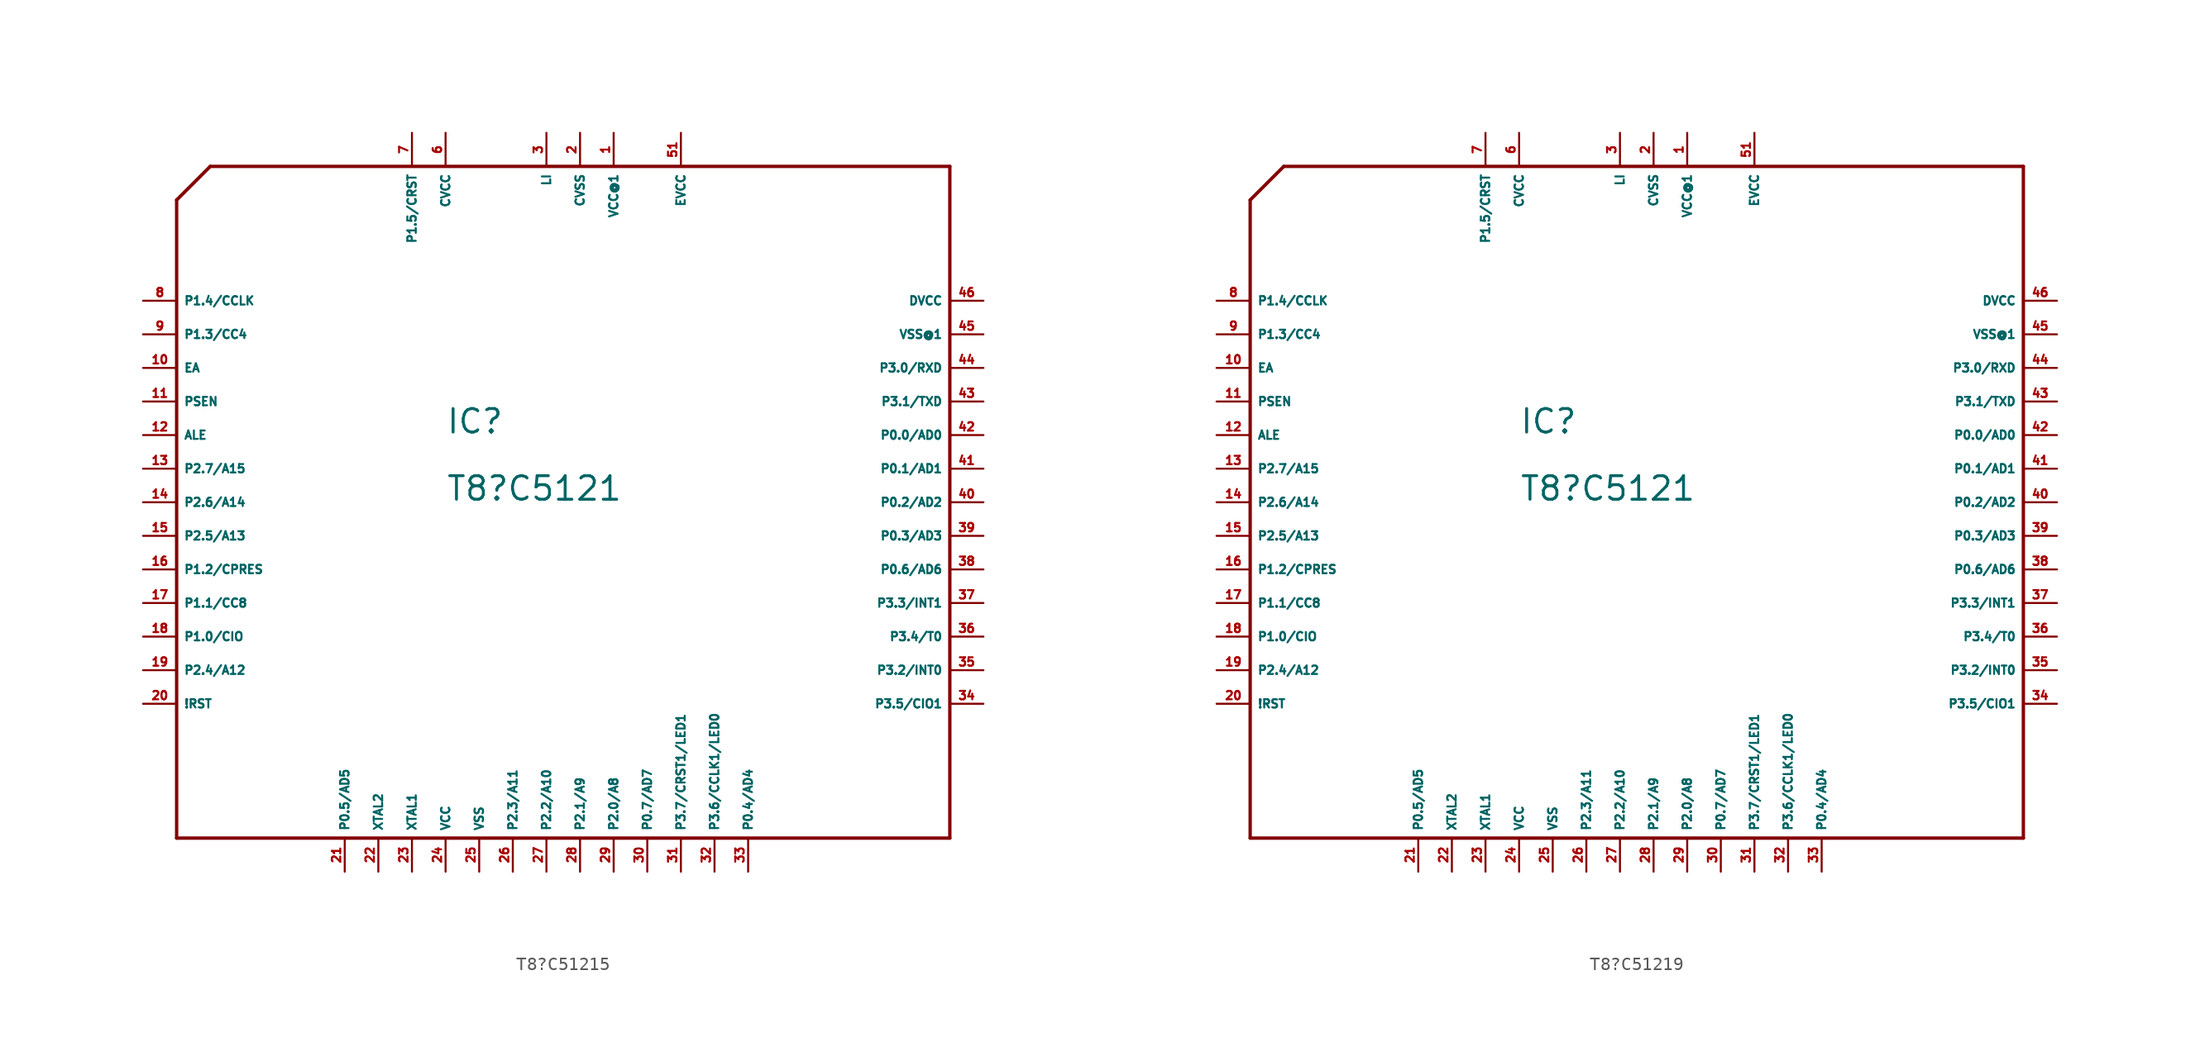
<source format=kicad_sym>
(kicad_symbol_lib
  (version 20220914)
  (generator Eagle2Kicad)
  (symbol "T8?C51215"
    (property "Reference" "IC"
      (at -7.62 5.08 0)
      (effects (font (size 1.778 1.778) (thickness 0.22)) (justify left bottom)))
    (property "Value" "T8?C5121"
      (at -7.62 0 0)
      (effects (font (size 1.778 1.778) (thickness 0.22)) (justify left bottom)))
    (polyline
      (pts (xy -27.94 -25.4) (xy 30.48 -25.4))
      (stroke (width 0.254) (type default))
      (fill (type none)))
    (polyline
      (pts (xy 30.48 -25.4) (xy 30.48 25.4))
      (stroke (width 0.254) (type default))
      (fill (type none)))
    (polyline
      (pts (xy 30.48 25.4) (xy -25.4 25.4))
      (stroke (width 0.254) (type default))
      (fill (type none)))
    (polyline
      (pts (xy -25.4 25.4) (xy -27.94 22.86))
      (stroke (width 0.254) (type default))
      (fill (type none)))
    (polyline
      (pts (xy -27.94 22.86) (xy -27.94 -25.4))
      (stroke (width 0.254) (type default))
      (fill (type none)))
    (pin unspecified line
      (at 2.54 27.94 270)
      (length 2.54)
      (name "CVSS" (effects (font (size 0.635 0.635) (thickness 0.08)) (justify left bottom)))
      (number "2" (effects (font (size 0.635 0.635) (thickness 0.08)) (justify left bottom))))
    (pin unspecified line
      (at 0 27.94 270)
      (length 2.54)
      (name "LI" (effects (font (size 0.635 0.635) (thickness 0.08)) (justify left bottom)))
      (number "3" (effects (font (size 0.635 0.635) (thickness 0.08)) (justify left bottom))))
    (pin unspecified line
      (at -7.62 27.94 270)
      (length 2.54)
      (name "CVCC" (effects (font (size 0.635 0.635) (thickness 0.08)) (justify left bottom)))
      (number "6" (effects (font (size 0.635 0.635) (thickness 0.08)) (justify left bottom))))
    (pin bidirectional line
      (at -10.16 27.94 270)
      (length 2.54)
      (name "P1.5/CRST" (effects (font (size 0.635 0.635) (thickness 0.08)) (justify left bottom)))
      (number "7" (effects (font (size 0.635 0.635) (thickness 0.08)) (justify left bottom))))
    (pin bidirectional line
      (at -30.48 15.24 0)
      (length 2.54)
      (name "P1.4/CCLK" (effects (font (size 0.635 0.635) (thickness 0.08)) (justify left bottom)))
      (number "8" (effects (font (size 0.635 0.635) (thickness 0.08)) (justify left bottom))))
    (pin bidirectional line
      (at -30.48 12.7 0)
      (length 2.54)
      (name "P1.3/CC4" (effects (font (size 0.635 0.635) (thickness 0.08)) (justify left bottom)))
      (number "9" (effects (font (size 0.635 0.635) (thickness 0.08)) (justify left bottom))))
    (pin bidirectional line
      (at -30.48 -5.08 0)
      (length 2.54)
      (name "P1.2/CPRES" (effects (font (size 0.635 0.635) (thickness 0.08)) (justify left bottom)))
      (number "16" (effects (font (size 0.635 0.635) (thickness 0.08)) (justify left bottom))))
    (pin bidirectional line
      (at -30.48 -7.62 0)
      (length 2.54)
      (name "P1.1/CC8" (effects (font (size 0.635 0.635) (thickness 0.08)) (justify left bottom)))
      (number "17" (effects (font (size 0.635 0.635) (thickness 0.08)) (justify left bottom))))
    (pin bidirectional line
      (at -30.48 -10.16 0)
      (length 2.54)
      (name "P1.0/CIO" (effects (font (size 0.635 0.635) (thickness 0.08)) (justify left bottom)))
      (number "18" (effects (font (size 0.635 0.635) (thickness 0.08)) (justify left bottom))))
    (pin bidirectional line
      (at -30.48 -15.24 0)
      (length 2.54)
      (name "!RST" (effects (font (size 0.635 0.635) (thickness 0.08)) (justify left bottom)))
      (number "20" (effects (font (size 0.635 0.635) (thickness 0.08)) (justify left bottom))))
    (pin input line
      (at -12.7 -27.94 90)
      (length 2.54)
      (name "XTAL2" (effects (font (size 0.635 0.635) (thickness 0.08)) (justify left bottom)))
      (number "22" (effects (font (size 0.635 0.635) (thickness 0.08)) (justify left bottom))))
    (pin output line
      (at -10.16 -27.94 90)
      (length 2.54)
      (name "XTAL1" (effects (font (size 0.635 0.635) (thickness 0.08)) (justify left bottom)))
      (number "23" (effects (font (size 0.635 0.635) (thickness 0.08)) (justify left bottom))))
    (pin bidirectional line
      (at 10.16 -27.94 90)
      (length 2.54)
      (name "P3.7/CRST1/LED1" (effects (font (size 0.635 0.635) (thickness 0.08)) (justify left bottom)))
      (number "31" (effects (font (size 0.635 0.635) (thickness 0.08)) (justify left bottom))))
    (pin bidirectional line
      (at 12.7 -27.94 90)
      (length 2.54)
      (name "P3.6/CCLK1/LED0" (effects (font (size 0.635 0.635) (thickness 0.08)) (justify left bottom)))
      (number "32" (effects (font (size 0.635 0.635) (thickness 0.08)) (justify left bottom))))
    (pin bidirectional line
      (at 33.02 -15.24 180)
      (length 2.54)
      (name "P3.5/CIO1" (effects (font (size 0.635 0.635) (thickness 0.08)) (justify left bottom)))
      (number "34" (effects (font (size 0.635 0.635) (thickness 0.08)) (justify left bottom))))
    (pin bidirectional line
      (at 33.02 -12.7 180)
      (length 2.54)
      (name "P3.2/INT0" (effects (font (size 0.635 0.635) (thickness 0.08)) (justify left bottom)))
      (number "35" (effects (font (size 0.635 0.635) (thickness 0.08)) (justify left bottom))))
    (pin bidirectional line
      (at 33.02 -10.16 180)
      (length 2.54)
      (name "P3.4/T0" (effects (font (size 0.635 0.635) (thickness 0.08)) (justify left bottom)))
      (number "36" (effects (font (size 0.635 0.635) (thickness 0.08)) (justify left bottom))))
    (pin bidirectional line
      (at 33.02 -7.62 180)
      (length 2.54)
      (name "P3.3/INT1" (effects (font (size 0.635 0.635) (thickness 0.08)) (justify left bottom)))
      (number "37" (effects (font (size 0.635 0.635) (thickness 0.08)) (justify left bottom))))
    (pin bidirectional line
      (at 33.02 7.62 180)
      (length 2.54)
      (name "P3.1/TXD" (effects (font (size 0.635 0.635) (thickness 0.08)) (justify left bottom)))
      (number "43" (effects (font (size 0.635 0.635) (thickness 0.08)) (justify left bottom))))
    (pin bidirectional line
      (at 33.02 10.16 180)
      (length 2.54)
      (name "P3.0/RXD" (effects (font (size 0.635 0.635) (thickness 0.08)) (justify left bottom)))
      (number "44" (effects (font (size 0.635 0.635) (thickness 0.08)) (justify left bottom))))
    (pin unspecified line
      (at -5.08 -27.94 90)
      (length 2.54)
      (name "VSS" (effects (font (size 0.635 0.635) (thickness 0.08)) (justify left bottom)))
      (number "25" (effects (font (size 0.635 0.635) (thickness 0.08)) (justify left bottom))))
    (pin unspecified line
      (at 33.02 15.24 180)
      (length 2.54)
      (name "DVCC" (effects (font (size 0.635 0.635) (thickness 0.08)) (justify left bottom)))
      (number "46" (effects (font (size 0.635 0.635) (thickness 0.08)) (justify left bottom))))
    (pin passive line
      (at 10.16 27.94 270)
      (length 2.54)
      (name "EVCC" (effects (font (size 0.635 0.635) (thickness 0.08)) (justify left bottom)))
      (number "51" (effects (font (size 0.635 0.635) (thickness 0.08)) (justify left bottom))))
    (pin unspecified line
      (at -7.62 -27.94 90)
      (length 2.54)
      (name "VCC" (effects (font (size 0.635 0.635) (thickness 0.08)) (justify left bottom)))
      (number "24" (effects (font (size 0.635 0.635) (thickness 0.08)) (justify left bottom))))
    (pin bidirectional line
      (at -30.48 10.16 0)
      (length 2.54)
      (name "EA" (effects (font (size 0.635 0.635) (thickness 0.08)) (justify left bottom)))
      (number "10" (effects (font (size 0.635 0.635) (thickness 0.08)) (justify left bottom))))
    (pin bidirectional line
      (at -30.48 7.62 0)
      (length 2.54)
      (name "PSEN" (effects (font (size 0.635 0.635) (thickness 0.08)) (justify left bottom)))
      (number "11" (effects (font (size 0.635 0.635) (thickness 0.08)) (justify left bottom))))
    (pin bidirectional line
      (at -30.48 5.08 0)
      (length 2.54)
      (name "ALE" (effects (font (size 0.635 0.635) (thickness 0.08)) (justify left bottom)))
      (number "12" (effects (font (size 0.635 0.635) (thickness 0.08)) (justify left bottom))))
    (pin bidirectional line
      (at -30.48 2.54 0)
      (length 2.54)
      (name "P2.7/A15" (effects (font (size 0.635 0.635) (thickness 0.08)) (justify left bottom)))
      (number "13" (effects (font (size 0.635 0.635) (thickness 0.08)) (justify left bottom))))
    (pin bidirectional line
      (at -30.48 0 0)
      (length 2.54)
      (name "P2.6/A14" (effects (font (size 0.635 0.635) (thickness 0.08)) (justify left bottom)))
      (number "14" (effects (font (size 0.635 0.635) (thickness 0.08)) (justify left bottom))))
    (pin bidirectional line
      (at -30.48 -2.54 0)
      (length 2.54)
      (name "P2.5/A13" (effects (font (size 0.635 0.635) (thickness 0.08)) (justify left bottom)))
      (number "15" (effects (font (size 0.635 0.635) (thickness 0.08)) (justify left bottom))))
    (pin bidirectional line
      (at -30.48 -12.7 0)
      (length 2.54)
      (name "P2.4/A12" (effects (font (size 0.635 0.635) (thickness 0.08)) (justify left bottom)))
      (number "19" (effects (font (size 0.635 0.635) (thickness 0.08)) (justify left bottom))))
    (pin bidirectional line
      (at -15.24 -27.94 90)
      (length 2.54)
      (name "P0.5/AD5" (effects (font (size 0.635 0.635) (thickness 0.08)) (justify left bottom)))
      (number "21" (effects (font (size 0.635 0.635) (thickness 0.08)) (justify left bottom))))
    (pin bidirectional line
      (at -2.54 -27.94 90)
      (length 2.54)
      (name "P2.3/A11" (effects (font (size 0.635 0.635) (thickness 0.08)) (justify left bottom)))
      (number "26" (effects (font (size 0.635 0.635) (thickness 0.08)) (justify left bottom))))
    (pin bidirectional line
      (at 0 -27.94 90)
      (length 2.54)
      (name "P2.2/A10" (effects (font (size 0.635 0.635) (thickness 0.08)) (justify left bottom)))
      (number "27" (effects (font (size 0.635 0.635) (thickness 0.08)) (justify left bottom))))
    (pin bidirectional line
      (at 2.54 -27.94 90)
      (length 2.54)
      (name "P2.1/A9" (effects (font (size 0.635 0.635) (thickness 0.08)) (justify left bottom)))
      (number "28" (effects (font (size 0.635 0.635) (thickness 0.08)) (justify left bottom))))
    (pin bidirectional line
      (at 5.08 -27.94 90)
      (length 2.54)
      (name "P2.0/A8" (effects (font (size 0.635 0.635) (thickness 0.08)) (justify left bottom)))
      (number "29" (effects (font (size 0.635 0.635) (thickness 0.08)) (justify left bottom))))
    (pin bidirectional line
      (at 7.62 -27.94 90)
      (length 2.54)
      (name "P0.7/AD7" (effects (font (size 0.635 0.635) (thickness 0.08)) (justify left bottom)))
      (number "30" (effects (font (size 0.635 0.635) (thickness 0.08)) (justify left bottom))))
    (pin bidirectional line
      (at 15.24 -27.94 90)
      (length 2.54)
      (name "P0.4/AD4" (effects (font (size 0.635 0.635) (thickness 0.08)) (justify left bottom)))
      (number "33" (effects (font (size 0.635 0.635) (thickness 0.08)) (justify left bottom))))
    (pin bidirectional line
      (at 33.02 -5.08 180)
      (length 2.54)
      (name "P0.6/AD6" (effects (font (size 0.635 0.635) (thickness 0.08)) (justify left bottom)))
      (number "38" (effects (font (size 0.635 0.635) (thickness 0.08)) (justify left bottom))))
    (pin bidirectional line
      (at 33.02 2.54 180)
      (length 2.54)
      (name "P0.1/AD1" (effects (font (size 0.635 0.635) (thickness 0.08)) (justify left bottom)))
      (number "41" (effects (font (size 0.635 0.635) (thickness 0.08)) (justify left bottom))))
    (pin bidirectional line
      (at 33.02 0 180)
      (length 2.54)
      (name "P0.2/AD2" (effects (font (size 0.635 0.635) (thickness 0.08)) (justify left bottom)))
      (number "40" (effects (font (size 0.635 0.635) (thickness 0.08)) (justify left bottom))))
    (pin bidirectional line
      (at 33.02 -2.54 180)
      (length 2.54)
      (name "P0.3/AD3" (effects (font (size 0.635 0.635) (thickness 0.08)) (justify left bottom)))
      (number "39" (effects (font (size 0.635 0.635) (thickness 0.08)) (justify left bottom))))
    (pin bidirectional line
      (at 33.02 5.08 180)
      (length 2.54)
      (name "P0.0/AD0" (effects (font (size 0.635 0.635) (thickness 0.08)) (justify left bottom)))
      (number "42" (effects (font (size 0.635 0.635) (thickness 0.08)) (justify left bottom))))
    (pin unspecified line
      (at 33.02 12.7 180)
      (length 2.54)
      (name "VSS@1" (effects (font (size 0.635 0.635) (thickness 0.08)) (justify left bottom)))
      (number "45" (effects (font (size 0.635 0.635) (thickness 0.08)) (justify left bottom))))
    (pin unspecified line
      (at 5.08 27.94 270)
      (length 2.54)
      (name "VCC@1" (effects (font (size 0.635 0.635) (thickness 0.08)) (justify left bottom)))
      (number "1" (effects (font (size 0.635 0.635) (thickness 0.08)) (justify left bottom)))))
  (symbol "T8?C51219"
    (property "Reference" "IC"
      (at -7.62 5.08 0)
      (effects (font (size 1.778 1.778) (thickness 0.22)) (justify left bottom)))
    (property "Value" "T8?C5121"
      (at -7.62 0 0)
      (effects (font (size 1.778 1.778) (thickness 0.22)) (justify left bottom)))
    (polyline
      (pts (xy -27.94 -25.4) (xy 30.48 -25.4))
      (stroke (width 0.254) (type default))
      (fill (type none)))
    (polyline
      (pts (xy 30.48 -25.4) (xy 30.48 25.4))
      (stroke (width 0.254) (type default))
      (fill (type none)))
    (polyline
      (pts (xy 30.48 25.4) (xy -25.4 25.4))
      (stroke (width 0.254) (type default))
      (fill (type none)))
    (polyline
      (pts (xy -25.4 25.4) (xy -27.94 22.86))
      (stroke (width 0.254) (type default))
      (fill (type none)))
    (polyline
      (pts (xy -27.94 22.86) (xy -27.94 -25.4))
      (stroke (width 0.254) (type default))
      (fill (type none)))
    (pin unspecified line
      (at 2.54 27.94 270)
      (length 2.54)
      (name "CVSS" (effects (font (size 0.635 0.635) (thickness 0.08)) (justify left bottom)))
      (number "2" (effects (font (size 0.635 0.635) (thickness 0.08)) (justify left bottom))))
    (pin unspecified line
      (at 0 27.94 270)
      (length 2.54)
      (name "LI" (effects (font (size 0.635 0.635) (thickness 0.08)) (justify left bottom)))
      (number "3" (effects (font (size 0.635 0.635) (thickness 0.08)) (justify left bottom))))
    (pin unspecified line
      (at -7.62 27.94 270)
      (length 2.54)
      (name "CVCC" (effects (font (size 0.635 0.635) (thickness 0.08)) (justify left bottom)))
      (number "6" (effects (font (size 0.635 0.635) (thickness 0.08)) (justify left bottom))))
    (pin bidirectional line
      (at -10.16 27.94 270)
      (length 2.54)
      (name "P1.5/CRST" (effects (font (size 0.635 0.635) (thickness 0.08)) (justify left bottom)))
      (number "7" (effects (font (size 0.635 0.635) (thickness 0.08)) (justify left bottom))))
    (pin bidirectional line
      (at -30.48 15.24 0)
      (length 2.54)
      (name "P1.4/CCLK" (effects (font (size 0.635 0.635) (thickness 0.08)) (justify left bottom)))
      (number "8" (effects (font (size 0.635 0.635) (thickness 0.08)) (justify left bottom))))
    (pin bidirectional line
      (at -30.48 12.7 0)
      (length 2.54)
      (name "P1.3/CC4" (effects (font (size 0.635 0.635) (thickness 0.08)) (justify left bottom)))
      (number "9" (effects (font (size 0.635 0.635) (thickness 0.08)) (justify left bottom))))
    (pin bidirectional line
      (at -30.48 -5.08 0)
      (length 2.54)
      (name "P1.2/CPRES" (effects (font (size 0.635 0.635) (thickness 0.08)) (justify left bottom)))
      (number "16" (effects (font (size 0.635 0.635) (thickness 0.08)) (justify left bottom))))
    (pin bidirectional line
      (at -30.48 -7.62 0)
      (length 2.54)
      (name "P1.1/CC8" (effects (font (size 0.635 0.635) (thickness 0.08)) (justify left bottom)))
      (number "17" (effects (font (size 0.635 0.635) (thickness 0.08)) (justify left bottom))))
    (pin bidirectional line
      (at -30.48 -10.16 0)
      (length 2.54)
      (name "P1.0/CIO" (effects (font (size 0.635 0.635) (thickness 0.08)) (justify left bottom)))
      (number "18" (effects (font (size 0.635 0.635) (thickness 0.08)) (justify left bottom))))
    (pin bidirectional line
      (at -30.48 -15.24 0)
      (length 2.54)
      (name "!RST" (effects (font (size 0.635 0.635) (thickness 0.08)) (justify left bottom)))
      (number "20" (effects (font (size 0.635 0.635) (thickness 0.08)) (justify left bottom))))
    (pin input line
      (at -12.7 -27.94 90)
      (length 2.54)
      (name "XTAL2" (effects (font (size 0.635 0.635) (thickness 0.08)) (justify left bottom)))
      (number "22" (effects (font (size 0.635 0.635) (thickness 0.08)) (justify left bottom))))
    (pin output line
      (at -10.16 -27.94 90)
      (length 2.54)
      (name "XTAL1" (effects (font (size 0.635 0.635) (thickness 0.08)) (justify left bottom)))
      (number "23" (effects (font (size 0.635 0.635) (thickness 0.08)) (justify left bottom))))
    (pin bidirectional line
      (at 10.16 -27.94 90)
      (length 2.54)
      (name "P3.7/CRST1/LED1" (effects (font (size 0.635 0.635) (thickness 0.08)) (justify left bottom)))
      (number "31" (effects (font (size 0.635 0.635) (thickness 0.08)) (justify left bottom))))
    (pin bidirectional line
      (at 12.7 -27.94 90)
      (length 2.54)
      (name "P3.6/CCLK1/LED0" (effects (font (size 0.635 0.635) (thickness 0.08)) (justify left bottom)))
      (number "32" (effects (font (size 0.635 0.635) (thickness 0.08)) (justify left bottom))))
    (pin bidirectional line
      (at 33.02 -15.24 180)
      (length 2.54)
      (name "P3.5/CIO1" (effects (font (size 0.635 0.635) (thickness 0.08)) (justify left bottom)))
      (number "34" (effects (font (size 0.635 0.635) (thickness 0.08)) (justify left bottom))))
    (pin bidirectional line
      (at 33.02 -12.7 180)
      (length 2.54)
      (name "P3.2/INT0" (effects (font (size 0.635 0.635) (thickness 0.08)) (justify left bottom)))
      (number "35" (effects (font (size 0.635 0.635) (thickness 0.08)) (justify left bottom))))
    (pin bidirectional line
      (at 33.02 -10.16 180)
      (length 2.54)
      (name "P3.4/T0" (effects (font (size 0.635 0.635) (thickness 0.08)) (justify left bottom)))
      (number "36" (effects (font (size 0.635 0.635) (thickness 0.08)) (justify left bottom))))
    (pin bidirectional line
      (at 33.02 -7.62 180)
      (length 2.54)
      (name "P3.3/INT1" (effects (font (size 0.635 0.635) (thickness 0.08)) (justify left bottom)))
      (number "37" (effects (font (size 0.635 0.635) (thickness 0.08)) (justify left bottom))))
    (pin bidirectional line
      (at 33.02 7.62 180)
      (length 2.54)
      (name "P3.1/TXD" (effects (font (size 0.635 0.635) (thickness 0.08)) (justify left bottom)))
      (number "43" (effects (font (size 0.635 0.635) (thickness 0.08)) (justify left bottom))))
    (pin bidirectional line
      (at 33.02 10.16 180)
      (length 2.54)
      (name "P3.0/RXD" (effects (font (size 0.635 0.635) (thickness 0.08)) (justify left bottom)))
      (number "44" (effects (font (size 0.635 0.635) (thickness 0.08)) (justify left bottom))))
    (pin unspecified line
      (at -5.08 -27.94 90)
      (length 2.54)
      (name "VSS" (effects (font (size 0.635 0.635) (thickness 0.08)) (justify left bottom)))
      (number "25" (effects (font (size 0.635 0.635) (thickness 0.08)) (justify left bottom))))
    (pin unspecified line
      (at 33.02 15.24 180)
      (length 2.54)
      (name "DVCC" (effects (font (size 0.635 0.635) (thickness 0.08)) (justify left bottom)))
      (number "46" (effects (font (size 0.635 0.635) (thickness 0.08)) (justify left bottom))))
    (pin passive line
      (at 10.16 27.94 270)
      (length 2.54)
      (name "EVCC" (effects (font (size 0.635 0.635) (thickness 0.08)) (justify left bottom)))
      (number "51" (effects (font (size 0.635 0.635) (thickness 0.08)) (justify left bottom))))
    (pin unspecified line
      (at -7.62 -27.94 90)
      (length 2.54)
      (name "VCC" (effects (font (size 0.635 0.635) (thickness 0.08)) (justify left bottom)))
      (number "24" (effects (font (size 0.635 0.635) (thickness 0.08)) (justify left bottom))))
    (pin bidirectional line
      (at -30.48 10.16 0)
      (length 2.54)
      (name "EA" (effects (font (size 0.635 0.635) (thickness 0.08)) (justify left bottom)))
      (number "10" (effects (font (size 0.635 0.635) (thickness 0.08)) (justify left bottom))))
    (pin bidirectional line
      (at -30.48 7.62 0)
      (length 2.54)
      (name "PSEN" (effects (font (size 0.635 0.635) (thickness 0.08)) (justify left bottom)))
      (number "11" (effects (font (size 0.635 0.635) (thickness 0.08)) (justify left bottom))))
    (pin bidirectional line
      (at -30.48 5.08 0)
      (length 2.54)
      (name "ALE" (effects (font (size 0.635 0.635) (thickness 0.08)) (justify left bottom)))
      (number "12" (effects (font (size 0.635 0.635) (thickness 0.08)) (justify left bottom))))
    (pin bidirectional line
      (at -30.48 2.54 0)
      (length 2.54)
      (name "P2.7/A15" (effects (font (size 0.635 0.635) (thickness 0.08)) (justify left bottom)))
      (number "13" (effects (font (size 0.635 0.635) (thickness 0.08)) (justify left bottom))))
    (pin bidirectional line
      (at -30.48 0 0)
      (length 2.54)
      (name "P2.6/A14" (effects (font (size 0.635 0.635) (thickness 0.08)) (justify left bottom)))
      (number "14" (effects (font (size 0.635 0.635) (thickness 0.08)) (justify left bottom))))
    (pin bidirectional line
      (at -30.48 -2.54 0)
      (length 2.54)
      (name "P2.5/A13" (effects (font (size 0.635 0.635) (thickness 0.08)) (justify left bottom)))
      (number "15" (effects (font (size 0.635 0.635) (thickness 0.08)) (justify left bottom))))
    (pin bidirectional line
      (at -30.48 -12.7 0)
      (length 2.54)
      (name "P2.4/A12" (effects (font (size 0.635 0.635) (thickness 0.08)) (justify left bottom)))
      (number "19" (effects (font (size 0.635 0.635) (thickness 0.08)) (justify left bottom))))
    (pin bidirectional line
      (at -15.24 -27.94 90)
      (length 2.54)
      (name "P0.5/AD5" (effects (font (size 0.635 0.635) (thickness 0.08)) (justify left bottom)))
      (number "21" (effects (font (size 0.635 0.635) (thickness 0.08)) (justify left bottom))))
    (pin bidirectional line
      (at -2.54 -27.94 90)
      (length 2.54)
      (name "P2.3/A11" (effects (font (size 0.635 0.635) (thickness 0.08)) (justify left bottom)))
      (number "26" (effects (font (size 0.635 0.635) (thickness 0.08)) (justify left bottom))))
    (pin bidirectional line
      (at 0 -27.94 90)
      (length 2.54)
      (name "P2.2/A10" (effects (font (size 0.635 0.635) (thickness 0.08)) (justify left bottom)))
      (number "27" (effects (font (size 0.635 0.635) (thickness 0.08)) (justify left bottom))))
    (pin bidirectional line
      (at 2.54 -27.94 90)
      (length 2.54)
      (name "P2.1/A9" (effects (font (size 0.635 0.635) (thickness 0.08)) (justify left bottom)))
      (number "28" (effects (font (size 0.635 0.635) (thickness 0.08)) (justify left bottom))))
    (pin bidirectional line
      (at 5.08 -27.94 90)
      (length 2.54)
      (name "P2.0/A8" (effects (font (size 0.635 0.635) (thickness 0.08)) (justify left bottom)))
      (number "29" (effects (font (size 0.635 0.635) (thickness 0.08)) (justify left bottom))))
    (pin bidirectional line
      (at 7.62 -27.94 90)
      (length 2.54)
      (name "P0.7/AD7" (effects (font (size 0.635 0.635) (thickness 0.08)) (justify left bottom)))
      (number "30" (effects (font (size 0.635 0.635) (thickness 0.08)) (justify left bottom))))
    (pin bidirectional line
      (at 15.24 -27.94 90)
      (length 2.54)
      (name "P0.4/AD4" (effects (font (size 0.635 0.635) (thickness 0.08)) (justify left bottom)))
      (number "33" (effects (font (size 0.635 0.635) (thickness 0.08)) (justify left bottom))))
    (pin bidirectional line
      (at 33.02 -5.08 180)
      (length 2.54)
      (name "P0.6/AD6" (effects (font (size 0.635 0.635) (thickness 0.08)) (justify left bottom)))
      (number "38" (effects (font (size 0.635 0.635) (thickness 0.08)) (justify left bottom))))
    (pin bidirectional line
      (at 33.02 2.54 180)
      (length 2.54)
      (name "P0.1/AD1" (effects (font (size 0.635 0.635) (thickness 0.08)) (justify left bottom)))
      (number "41" (effects (font (size 0.635 0.635) (thickness 0.08)) (justify left bottom))))
    (pin bidirectional line
      (at 33.02 0 180)
      (length 2.54)
      (name "P0.2/AD2" (effects (font (size 0.635 0.635) (thickness 0.08)) (justify left bottom)))
      (number "40" (effects (font (size 0.635 0.635) (thickness 0.08)) (justify left bottom))))
    (pin bidirectional line
      (at 33.02 -2.54 180)
      (length 2.54)
      (name "P0.3/AD3" (effects (font (size 0.635 0.635) (thickness 0.08)) (justify left bottom)))
      (number "39" (effects (font (size 0.635 0.635) (thickness 0.08)) (justify left bottom))))
    (pin bidirectional line
      (at 33.02 5.08 180)
      (length 2.54)
      (name "P0.0/AD0" (effects (font (size 0.635 0.635) (thickness 0.08)) (justify left bottom)))
      (number "42" (effects (font (size 0.635 0.635) (thickness 0.08)) (justify left bottom))))
    (pin unspecified line
      (at 33.02 12.7 180)
      (length 2.54)
      (name "VSS@1" (effects (font (size 0.635 0.635) (thickness 0.08)) (justify left bottom)))
      (number "45" (effects (font (size 0.635 0.635) (thickness 0.08)) (justify left bottom))))
    (pin unspecified line
      (at 5.08 27.94 270)
      (length 2.54)
      (name "VCC@1" (effects (font (size 0.635 0.635) (thickness 0.08)) (justify left bottom)))
      (number "1" (effects (font (size 0.635 0.635) (thickness 0.08)) (justify left bottom))))))
</source>
